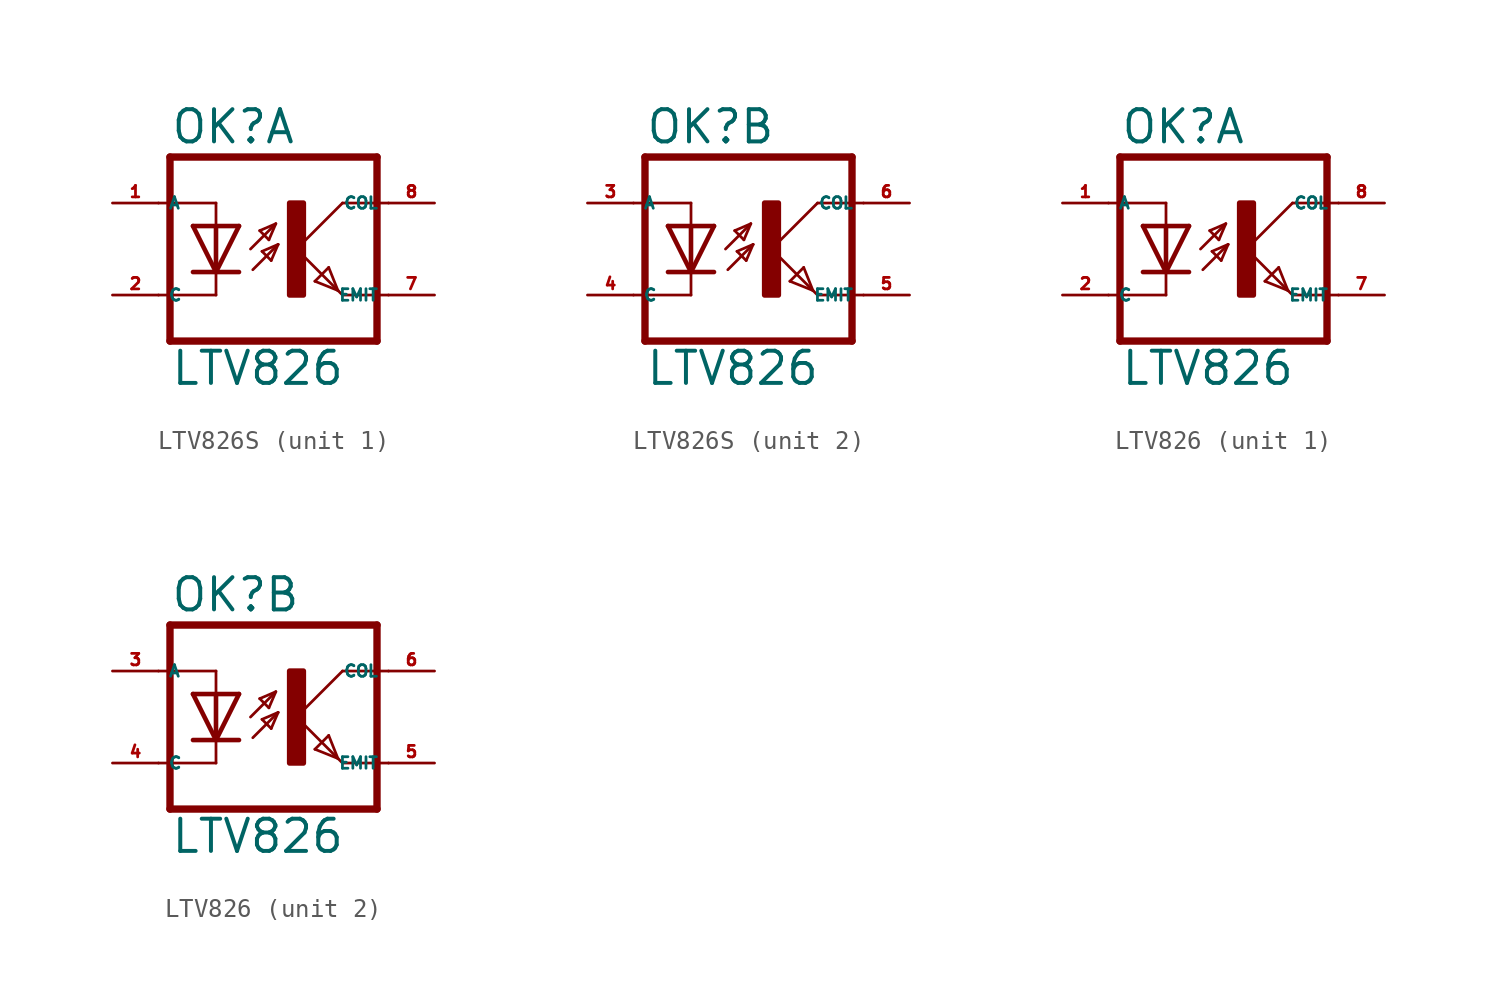
<source format=kicad_sym>
(kicad_symbol_lib
  (version 20220914)
  (generator kicad_symbol_editor)
  (symbol "LTV826S"
    (property "Reference" "OK"
      (at -6.985 5.715 0)
      (effects (font (size 1.778 1.778) (thickness 0.22)) (justify left bottom)))
    (property "Value" "LTV826"
      (at -6.985 -7.62 0)
      (effects (font (size 1.778 1.778) (thickness 0.22)) (justify left bottom)))
    (symbol "LTV826S_1_0"
      (rectangle (start -0.381 -2.54) (end 0.381 2.54) (stroke (width 0.3) (type default)) (fill (type outline)))
      (polyline (pts (xy -6.985 -5.08) (xy 4.445 -5.08)) (stroke (width 0.406) (type default)) (fill (type none)))
      (polyline (pts (xy -6.985 5.08) (xy -6.985 -5.08)) (stroke (width 0.406) (type default)) (fill (type none)))
      (polyline (pts (xy -6.985 5.08) (xy 4.445 5.08)) (stroke (width 0.406) (type default)) (fill (type none)))
      (polyline (pts (xy -4.445 -2.54) (xy -7.62 -2.54)) (stroke (width 0.152) (type default)) (fill (type none)))
      (polyline (pts (xy -4.445 -1.27) (xy -5.715 -1.27)) (stroke (width 0.254) (type default)) (fill (type none)))
      (polyline (pts (xy -4.445 -1.27) (xy -5.715 1.27)) (stroke (width 0.254) (type default)) (fill (type none)))
      (polyline (pts (xy -4.445 -1.27) (xy -4.445 -2.54)) (stroke (width 0.152) (type default)) (fill (type none)))
      (polyline (pts (xy -4.445 1.27) (xy -5.715 1.27)) (stroke (width 0.254) (type default)) (fill (type none)))
      (polyline (pts (xy -4.445 1.27) (xy -4.445 -1.27)) (stroke (width 0.254) (type default)) (fill (type none)))
      (polyline (pts (xy -4.445 2.54) (xy -7.62 2.54)) (stroke (width 0.152) (type default)) (fill (type none)))
      (polyline (pts (xy -4.445 2.54) (xy -4.445 1.27)) (stroke (width 0.152) (type default)) (fill (type none)))
      (polyline (pts (xy -3.175 -1.27) (xy -4.445 -1.27)) (stroke (width 0.254) (type default)) (fill (type none)))
      (polyline (pts (xy -3.175 1.27) (xy -4.445 -1.27)) (stroke (width 0.254) (type default)) (fill (type none)))
      (polyline (pts (xy -3.175 1.27) (xy -4.445 1.27)) (stroke (width 0.254) (type default)) (fill (type none)))
      (polyline (pts (xy -2.54 0) (xy -1.143 1.397)) (stroke (width 0.152) (type default)) (fill (type none)))
      (polyline (pts (xy -2.413 -1.143) (xy -1.016 0.254)) (stroke (width 0.152) (type default)) (fill (type none)))
      (polyline (pts (xy -2.032 1.016) (xy -1.524 0.508)) (stroke (width 0.152) (type default)) (fill (type none)))
      (polyline (pts (xy -1.905 -0.127) (xy -1.397 -0.635)) (stroke (width 0.152) (type default)) (fill (type none)))
      (polyline (pts (xy -1.524 0.508) (xy -1.143 1.397)) (stroke (width 0.152) (type default)) (fill (type none)))
      (polyline (pts (xy -1.397 -0.635) (xy -1.016 0.254)) (stroke (width 0.152) (type default)) (fill (type none)))
      (polyline (pts (xy -1.143 1.397) (xy -2.032 1.016)) (stroke (width 0.152) (type default)) (fill (type none)))
      (polyline (pts (xy -1.016 0.254) (xy -1.905 -0.127)) (stroke (width 0.152) (type default)) (fill (type none)))
      (polyline (pts (xy 0 0) (xy 2.286 -2.286)) (stroke (width 0.152) (type default)) (fill (type none)))
      (polyline (pts (xy 1.016 -1.778) (xy 1.778 -1.016)) (stroke (width 0.152) (type default)) (fill (type none)))
      (polyline (pts (xy 1.778 -1.016) (xy 2.286 -2.286)) (stroke (width 0.152) (type default)) (fill (type none)))
      (polyline (pts (xy 2.286 -2.286) (xy 1.016 -1.778)) (stroke (width 0.152) (type default)) (fill (type none)))
      (polyline (pts (xy 2.286 -2.286) (xy 2.54 -2.54)) (stroke (width 0.152) (type default)) (fill (type none)))
      (polyline (pts (xy 2.54 -2.54) (xy 5.08 -2.54)) (stroke (width 0.152) (type default)) (fill (type none)))
      (polyline (pts (xy 2.54 2.54) (xy 0 0)) (stroke (width 0.152) (type default)) (fill (type none)))
      (polyline (pts (xy 2.54 2.54) (xy 5.08 2.54)) (stroke (width 0.152) (type default)) (fill (type none)))
      (polyline (pts (xy 4.445 5.08) (xy 4.445 -5.08)) (stroke (width 0.406) (type default)) (fill (type none)))
      (pin passive line (at -10.16 2.54 0) (length 2.54) (name "A" (effects (font (size 0.635 0.635)))) (number "1" (effects (font (size 0.635 0.635)))))
      (pin passive line (at -10.16 -2.54 0) (length 2.54) (name "C" (effects (font (size 0.635 0.635)))) (number "2" (effects (font (size 0.635 0.635)))))
      (pin passive line (at 7.62 -2.54 180) (length 2.54) (name "EMIT" (effects (font (size 0.635 0.635)))) (number "7" (effects (font (size 0.635 0.635)))))
      (pin passive line (at 7.62 2.54 180) (length 2.54) (name "COL" (effects (font (size 0.635 0.635)))) (number "8" (effects (font (size 0.635 0.635))))))
    (symbol "LTV826S_2_0"
      (rectangle (start -0.381 -2.54) (end 0.381 2.54) (stroke (width 0.3) (type default)) (fill (type outline)))
      (polyline (pts (xy -6.985 -5.08) (xy 4.445 -5.08)) (stroke (width 0.406) (type default)) (fill (type none)))
      (polyline (pts (xy -6.985 5.08) (xy -6.985 -5.08)) (stroke (width 0.406) (type default)) (fill (type none)))
      (polyline (pts (xy -6.985 5.08) (xy 4.445 5.08)) (stroke (width 0.406) (type default)) (fill (type none)))
      (polyline (pts (xy -4.445 -2.54) (xy -7.62 -2.54)) (stroke (width 0.152) (type default)) (fill (type none)))
      (polyline (pts (xy -4.445 -1.27) (xy -5.715 -1.27)) (stroke (width 0.254) (type default)) (fill (type none)))
      (polyline (pts (xy -4.445 -1.27) (xy -5.715 1.27)) (stroke (width 0.254) (type default)) (fill (type none)))
      (polyline (pts (xy -4.445 -1.27) (xy -4.445 -2.54)) (stroke (width 0.152) (type default)) (fill (type none)))
      (polyline (pts (xy -4.445 1.27) (xy -5.715 1.27)) (stroke (width 0.254) (type default)) (fill (type none)))
      (polyline (pts (xy -4.445 1.27) (xy -4.445 -1.27)) (stroke (width 0.254) (type default)) (fill (type none)))
      (polyline (pts (xy -4.445 2.54) (xy -7.62 2.54)) (stroke (width 0.152) (type default)) (fill (type none)))
      (polyline (pts (xy -4.445 2.54) (xy -4.445 1.27)) (stroke (width 0.152) (type default)) (fill (type none)))
      (polyline (pts (xy -3.175 -1.27) (xy -4.445 -1.27)) (stroke (width 0.254) (type default)) (fill (type none)))
      (polyline (pts (xy -3.175 1.27) (xy -4.445 -1.27)) (stroke (width 0.254) (type default)) (fill (type none)))
      (polyline (pts (xy -3.175 1.27) (xy -4.445 1.27)) (stroke (width 0.254) (type default)) (fill (type none)))
      (polyline (pts (xy -2.54 0) (xy -1.143 1.397)) (stroke (width 0.152) (type default)) (fill (type none)))
      (polyline (pts (xy -2.413 -1.143) (xy -1.016 0.254)) (stroke (width 0.152) (type default)) (fill (type none)))
      (polyline (pts (xy -2.032 1.016) (xy -1.524 0.508)) (stroke (width 0.152) (type default)) (fill (type none)))
      (polyline (pts (xy -1.905 -0.127) (xy -1.397 -0.635)) (stroke (width 0.152) (type default)) (fill (type none)))
      (polyline (pts (xy -1.524 0.508) (xy -1.143 1.397)) (stroke (width 0.152) (type default)) (fill (type none)))
      (polyline (pts (xy -1.397 -0.635) (xy -1.016 0.254)) (stroke (width 0.152) (type default)) (fill (type none)))
      (polyline (pts (xy -1.143 1.397) (xy -2.032 1.016)) (stroke (width 0.152) (type default)) (fill (type none)))
      (polyline (pts (xy -1.016 0.254) (xy -1.905 -0.127)) (stroke (width 0.152) (type default)) (fill (type none)))
      (polyline (pts (xy 0 0) (xy 2.286 -2.286)) (stroke (width 0.152) (type default)) (fill (type none)))
      (polyline (pts (xy 1.016 -1.778) (xy 1.778 -1.016)) (stroke (width 0.152) (type default)) (fill (type none)))
      (polyline (pts (xy 1.778 -1.016) (xy 2.286 -2.286)) (stroke (width 0.152) (type default)) (fill (type none)))
      (polyline (pts (xy 2.286 -2.286) (xy 1.016 -1.778)) (stroke (width 0.152) (type default)) (fill (type none)))
      (polyline (pts (xy 2.286 -2.286) (xy 2.54 -2.54)) (stroke (width 0.152) (type default)) (fill (type none)))
      (polyline (pts (xy 2.54 -2.54) (xy 5.08 -2.54)) (stroke (width 0.152) (type default)) (fill (type none)))
      (polyline (pts (xy 2.54 2.54) (xy 0 0)) (stroke (width 0.152) (type default)) (fill (type none)))
      (polyline (pts (xy 2.54 2.54) (xy 5.08 2.54)) (stroke (width 0.152) (type default)) (fill (type none)))
      (polyline (pts (xy 4.445 5.08) (xy 4.445 -5.08)) (stroke (width 0.406) (type default)) (fill (type none)))
      (pin passive line (at -10.16 2.54 0) (length 2.54) (name "A" (effects (font (size 0.635 0.635)))) (number "3" (effects (font (size 0.635 0.635)))))
      (pin passive line (at -10.16 -2.54 0) (length 2.54) (name "C" (effects (font (size 0.635 0.635)))) (number "4" (effects (font (size 0.635 0.635)))))
      (pin passive line (at 7.62 -2.54 180) (length 2.54) (name "EMIT" (effects (font (size 0.635 0.635)))) (number "5" (effects (font (size 0.635 0.635)))))
      (pin passive line (at 7.62 2.54 180) (length 2.54) (name "COL" (effects (font (size 0.635 0.635)))) (number "6" (effects (font (size 0.635 0.635)))))))
  (symbol "LTV826"
    (property "Reference" "OK"
      (at -6.985 5.715 0)
      (effects (font (size 1.778 1.778) (thickness 0.22)) (justify left bottom)))
    (property "Value" "LTV826"
      (at -6.985 -7.62 0)
      (effects (font (size 1.778 1.778) (thickness 0.22)) (justify left bottom)))
    (symbol "LTV826_1_0"
      (rectangle (start -0.381 -2.54) (end 0.381 2.54) (stroke (width 0.3) (type default)) (fill (type outline)))
      (polyline (pts (xy -6.985 -5.08) (xy 4.445 -5.08)) (stroke (width 0.406) (type default)) (fill (type none)))
      (polyline (pts (xy -6.985 5.08) (xy -6.985 -5.08)) (stroke (width 0.406) (type default)) (fill (type none)))
      (polyline (pts (xy -6.985 5.08) (xy 4.445 5.08)) (stroke (width 0.406) (type default)) (fill (type none)))
      (polyline (pts (xy -4.445 -2.54) (xy -7.62 -2.54)) (stroke (width 0.152) (type default)) (fill (type none)))
      (polyline (pts (xy -4.445 -1.27) (xy -5.715 -1.27)) (stroke (width 0.254) (type default)) (fill (type none)))
      (polyline (pts (xy -4.445 -1.27) (xy -5.715 1.27)) (stroke (width 0.254) (type default)) (fill (type none)))
      (polyline (pts (xy -4.445 -1.27) (xy -4.445 -2.54)) (stroke (width 0.152) (type default)) (fill (type none)))
      (polyline (pts (xy -4.445 1.27) (xy -5.715 1.27)) (stroke (width 0.254) (type default)) (fill (type none)))
      (polyline (pts (xy -4.445 1.27) (xy -4.445 -1.27)) (stroke (width 0.254) (type default)) (fill (type none)))
      (polyline (pts (xy -4.445 2.54) (xy -7.62 2.54)) (stroke (width 0.152) (type default)) (fill (type none)))
      (polyline (pts (xy -4.445 2.54) (xy -4.445 1.27)) (stroke (width 0.152) (type default)) (fill (type none)))
      (polyline (pts (xy -3.175 -1.27) (xy -4.445 -1.27)) (stroke (width 0.254) (type default)) (fill (type none)))
      (polyline (pts (xy -3.175 1.27) (xy -4.445 -1.27)) (stroke (width 0.254) (type default)) (fill (type none)))
      (polyline (pts (xy -3.175 1.27) (xy -4.445 1.27)) (stroke (width 0.254) (type default)) (fill (type none)))
      (polyline (pts (xy -2.54 0) (xy -1.143 1.397)) (stroke (width 0.152) (type default)) (fill (type none)))
      (polyline (pts (xy -2.413 -1.143) (xy -1.016 0.254)) (stroke (width 0.152) (type default)) (fill (type none)))
      (polyline (pts (xy -2.032 1.016) (xy -1.524 0.508)) (stroke (width 0.152) (type default)) (fill (type none)))
      (polyline (pts (xy -1.905 -0.127) (xy -1.397 -0.635)) (stroke (width 0.152) (type default)) (fill (type none)))
      (polyline (pts (xy -1.524 0.508) (xy -1.143 1.397)) (stroke (width 0.152) (type default)) (fill (type none)))
      (polyline (pts (xy -1.397 -0.635) (xy -1.016 0.254)) (stroke (width 0.152) (type default)) (fill (type none)))
      (polyline (pts (xy -1.143 1.397) (xy -2.032 1.016)) (stroke (width 0.152) (type default)) (fill (type none)))
      (polyline (pts (xy -1.016 0.254) (xy -1.905 -0.127)) (stroke (width 0.152) (type default)) (fill (type none)))
      (polyline (pts (xy 0 0) (xy 2.286 -2.286)) (stroke (width 0.152) (type default)) (fill (type none)))
      (polyline (pts (xy 1.016 -1.778) (xy 1.778 -1.016)) (stroke (width 0.152) (type default)) (fill (type none)))
      (polyline (pts (xy 1.778 -1.016) (xy 2.286 -2.286)) (stroke (width 0.152) (type default)) (fill (type none)))
      (polyline (pts (xy 2.286 -2.286) (xy 1.016 -1.778)) (stroke (width 0.152) (type default)) (fill (type none)))
      (polyline (pts (xy 2.286 -2.286) (xy 2.54 -2.54)) (stroke (width 0.152) (type default)) (fill (type none)))
      (polyline (pts (xy 2.54 -2.54) (xy 5.08 -2.54)) (stroke (width 0.152) (type default)) (fill (type none)))
      (polyline (pts (xy 2.54 2.54) (xy 0 0)) (stroke (width 0.152) (type default)) (fill (type none)))
      (polyline (pts (xy 2.54 2.54) (xy 5.08 2.54)) (stroke (width 0.152) (type default)) (fill (type none)))
      (polyline (pts (xy 4.445 5.08) (xy 4.445 -5.08)) (stroke (width 0.406) (type default)) (fill (type none)))
      (pin passive line (at -10.16 2.54 0) (length 2.54) (name "A" (effects (font (size 0.635 0.635)))) (number "1" (effects (font (size 0.635 0.635)))))
      (pin passive line (at -10.16 -2.54 0) (length 2.54) (name "C" (effects (font (size 0.635 0.635)))) (number "2" (effects (font (size 0.635 0.635)))))
      (pin passive line (at 7.62 -2.54 180) (length 2.54) (name "EMIT" (effects (font (size 0.635 0.635)))) (number "7" (effects (font (size 0.635 0.635)))))
      (pin passive line (at 7.62 2.54 180) (length 2.54) (name "COL" (effects (font (size 0.635 0.635)))) (number "8" (effects (font (size 0.635 0.635))))))
    (symbol "LTV826_2_0"
      (rectangle (start -0.381 -2.54) (end 0.381 2.54) (stroke (width 0.3) (type default)) (fill (type outline)))
      (polyline (pts (xy -6.985 -5.08) (xy 4.445 -5.08)) (stroke (width 0.406) (type default)) (fill (type none)))
      (polyline (pts (xy -6.985 5.08) (xy -6.985 -5.08)) (stroke (width 0.406) (type default)) (fill (type none)))
      (polyline (pts (xy -6.985 5.08) (xy 4.445 5.08)) (stroke (width 0.406) (type default)) (fill (type none)))
      (polyline (pts (xy -4.445 -2.54) (xy -7.62 -2.54)) (stroke (width 0.152) (type default)) (fill (type none)))
      (polyline (pts (xy -4.445 -1.27) (xy -5.715 -1.27)) (stroke (width 0.254) (type default)) (fill (type none)))
      (polyline (pts (xy -4.445 -1.27) (xy -5.715 1.27)) (stroke (width 0.254) (type default)) (fill (type none)))
      (polyline (pts (xy -4.445 -1.27) (xy -4.445 -2.54)) (stroke (width 0.152) (type default)) (fill (type none)))
      (polyline (pts (xy -4.445 1.27) (xy -5.715 1.27)) (stroke (width 0.254) (type default)) (fill (type none)))
      (polyline (pts (xy -4.445 1.27) (xy -4.445 -1.27)) (stroke (width 0.254) (type default)) (fill (type none)))
      (polyline (pts (xy -4.445 2.54) (xy -7.62 2.54)) (stroke (width 0.152) (type default)) (fill (type none)))
      (polyline (pts (xy -4.445 2.54) (xy -4.445 1.27)) (stroke (width 0.152) (type default)) (fill (type none)))
      (polyline (pts (xy -3.175 -1.27) (xy -4.445 -1.27)) (stroke (width 0.254) (type default)) (fill (type none)))
      (polyline (pts (xy -3.175 1.27) (xy -4.445 -1.27)) (stroke (width 0.254) (type default)) (fill (type none)))
      (polyline (pts (xy -3.175 1.27) (xy -4.445 1.27)) (stroke (width 0.254) (type default)) (fill (type none)))
      (polyline (pts (xy -2.54 0) (xy -1.143 1.397)) (stroke (width 0.152) (type default)) (fill (type none)))
      (polyline (pts (xy -2.413 -1.143) (xy -1.016 0.254)) (stroke (width 0.152) (type default)) (fill (type none)))
      (polyline (pts (xy -2.032 1.016) (xy -1.524 0.508)) (stroke (width 0.152) (type default)) (fill (type none)))
      (polyline (pts (xy -1.905 -0.127) (xy -1.397 -0.635)) (stroke (width 0.152) (type default)) (fill (type none)))
      (polyline (pts (xy -1.524 0.508) (xy -1.143 1.397)) (stroke (width 0.152) (type default)) (fill (type none)))
      (polyline (pts (xy -1.397 -0.635) (xy -1.016 0.254)) (stroke (width 0.152) (type default)) (fill (type none)))
      (polyline (pts (xy -1.143 1.397) (xy -2.032 1.016)) (stroke (width 0.152) (type default)) (fill (type none)))
      (polyline (pts (xy -1.016 0.254) (xy -1.905 -0.127)) (stroke (width 0.152) (type default)) (fill (type none)))
      (polyline (pts (xy 0 0) (xy 2.286 -2.286)) (stroke (width 0.152) (type default)) (fill (type none)))
      (polyline (pts (xy 1.016 -1.778) (xy 1.778 -1.016)) (stroke (width 0.152) (type default)) (fill (type none)))
      (polyline (pts (xy 1.778 -1.016) (xy 2.286 -2.286)) (stroke (width 0.152) (type default)) (fill (type none)))
      (polyline (pts (xy 2.286 -2.286) (xy 1.016 -1.778)) (stroke (width 0.152) (type default)) (fill (type none)))
      (polyline (pts (xy 2.286 -2.286) (xy 2.54 -2.54)) (stroke (width 0.152) (type default)) (fill (type none)))
      (polyline (pts (xy 2.54 -2.54) (xy 5.08 -2.54)) (stroke (width 0.152) (type default)) (fill (type none)))
      (polyline (pts (xy 2.54 2.54) (xy 0 0)) (stroke (width 0.152) (type default)) (fill (type none)))
      (polyline (pts (xy 2.54 2.54) (xy 5.08 2.54)) (stroke (width 0.152) (type default)) (fill (type none)))
      (polyline (pts (xy 4.445 5.08) (xy 4.445 -5.08)) (stroke (width 0.406) (type default)) (fill (type none)))
      (pin passive line (at -10.16 2.54 0) (length 2.54) (name "A" (effects (font (size 0.635 0.635)))) (number "3" (effects (font (size 0.635 0.635)))))
      (pin passive line (at -10.16 -2.54 0) (length 2.54) (name "C" (effects (font (size 0.635 0.635)))) (number "4" (effects (font (size 0.635 0.635)))))
      (pin passive line (at 7.62 -2.54 180) (length 2.54) (name "EMIT" (effects (font (size 0.635 0.635)))) (number "5" (effects (font (size 0.635 0.635)))))
      (pin passive line (at 7.62 2.54 180) (length 2.54) (name "COL" (effects (font (size 0.635 0.635)))) (number "6" (effects (font (size 0.635 0.635))))))))
</source>
